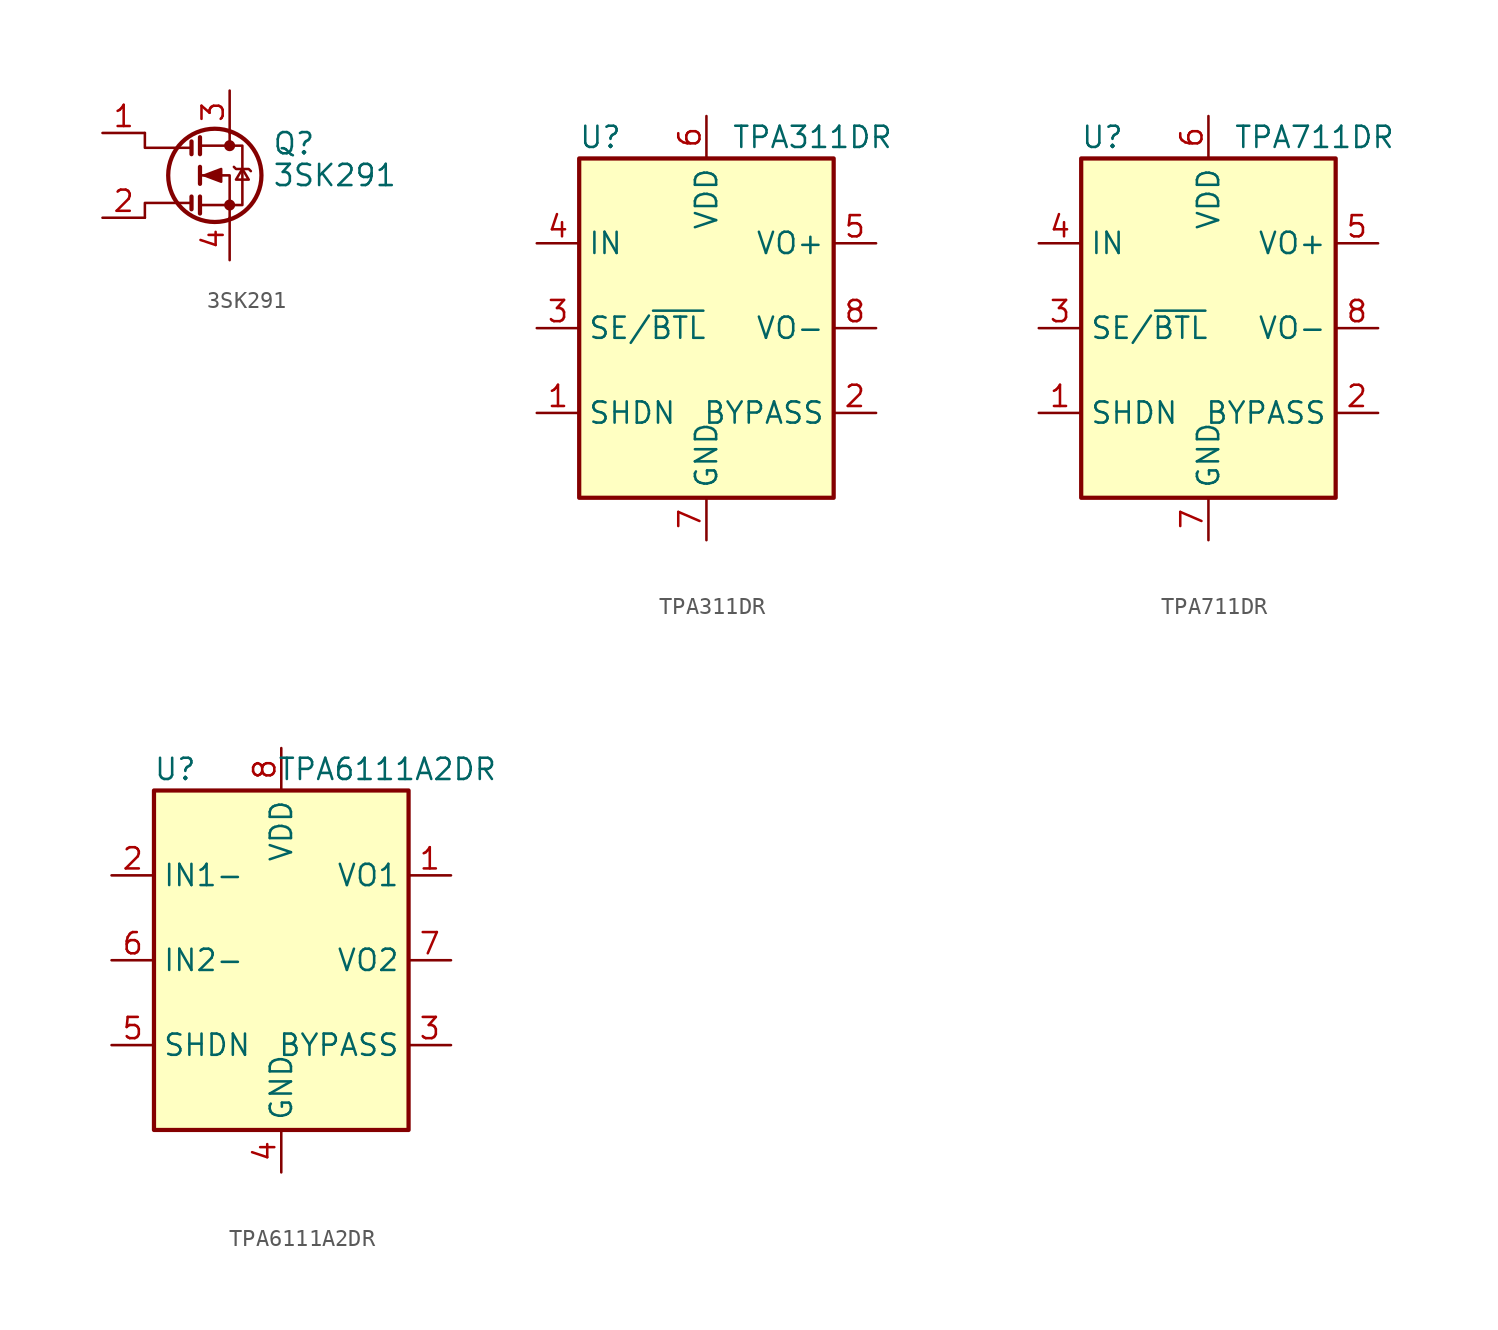
<source format=kicad_sym>
(kicad_symbol_lib
  (version 20220914)
  (generator kicad_symbol_editor)
  (symbol "3SK291"
    (pin_names hide)
    (property "Reference" "Q"
      (at 5.08 1.905 0)
      (effects (font (size 1.27 1.27)) (justify left)))
    (property "Value" "3SK291"
      (at 5.08 0 0)
      (effects (font (size 1.27 1.27)) (justify left)))
    (symbol "3SK291_0_1"
      (polyline (pts (xy 0.254 -2.032) (xy 0.254 -1.27)) (stroke (width 0.254) (type default)) (fill (type none)))
      (polyline (pts (xy 0.254 2.032) (xy 0.254 1.27)) (stroke (width 0.254) (type default)) (fill (type none)))
      (polyline (pts (xy 0.762 -1.27) (xy 0.762 -2.286)) (stroke (width 0.254) (type default)) (fill (type none)))
      (polyline (pts (xy 0.762 0.508) (xy 0.762 -0.508)) (stroke (width 0.254) (type default)) (fill (type none)))
      (polyline (pts (xy 0.762 2.286) (xy 0.762 1.27)) (stroke (width 0.254) (type default)) (fill (type none)))
      (polyline (pts (xy 2.54 2.54) (xy 2.54 1.778)) (stroke (width 0) (type default)) (fill (type none)))
      (polyline (pts (xy 0.254 -1.651) (xy -2.54 -1.651) (xy -2.54 -2.54)) (stroke (width 0) (type default)) (fill (type none)))
      (polyline (pts (xy 0.254 1.651) (xy -2.54 1.651) (xy -2.54 2.54)) (stroke (width 0) (type default)) (fill (type none)))
      (polyline (pts (xy 2.54 -2.54) (xy 2.54 0) (xy 0.762 0)) (stroke (width 0) (type default)) (fill (type none)))
      (polyline (pts (xy 0.762 -1.778) (xy 3.302 -1.778) (xy 3.302 1.778) (xy 0.762 1.778)) (stroke (width 0) (type default)) (fill (type none)))
      (polyline (pts (xy 1.016 0) (xy 2.032 0.381) (xy 2.032 -0.381) (xy 1.016 0)) (stroke (width 0) (type default)) (fill (type outline)))
      (polyline (pts (xy 2.794 0.508) (xy 2.921 0.381) (xy 3.683 0.381) (xy 3.81 0.254)) (stroke (width 0) (type default)) (fill (type none)))
      (polyline (pts (xy 3.302 0.381) (xy 2.921 -0.254) (xy 3.683 -0.254) (xy 3.302 0.381)) (stroke (width 0) (type default)) (fill (type none)))
      (circle (center 1.651 0) (radius 2.794) (stroke (width 0.254) (type default)) (fill (type none)))
      (circle (center 2.54 -1.778) (radius 0.254) (stroke (width 0) (type default)) (fill (type outline)))
      (circle (center 2.54 1.778) (radius 0.254) (stroke (width 0) (type default)) (fill (type outline))))
    (symbol "3SK291_1_1"
      (pin passive line (at -5.08 2.54 0) (length 2.54) (name "G1" (effects (font (size 1.27 1.27)))) (number "1" (effects (font (size 1.27 1.27)))))
      (pin passive line (at -5.08 -2.54 0) (length 2.54) (name "G2" (effects (font (size 1.27 1.27)))) (number "2" (effects (font (size 1.27 1.27)))))
      (pin passive line (at 2.54 5.08 270) (length 2.54) (name "D" (effects (font (size 1.27 1.27)))) (number "3" (effects (font (size 1.27 1.27)))))
      (pin passive line (at 2.54 -5.08 90) (length 2.54) (name "S" (effects (font (size 1.27 1.27)))) (number "4" (effects (font (size 1.27 1.27)))))))
  (symbol "TPA311DR"
    (property "Reference" "U"
      (at -6.35 11.43 0)
      (effects (font (size 1.27 1.27))))
    (property "Value" "TPA311DR"
      (at 6.35 11.43 0)
      (effects (font (size 1.27 1.27))))
    (symbol "TPA311DR_0_1"
      (rectangle (start -7.62 10.16) (end 7.62 -10.16) (stroke (width 0.254) (type default)) (fill (type background))))
    (symbol "TPA311DR_1_1"
      (pin input line (at -10.16 -5.08 0) (length 2.54) (name "SHDN" (effects (font (size 1.27 1.27)))) (number "1" (effects (font (size 1.27 1.27)))))
      (pin passive line (at 10.16 -5.08 180) (length 2.54) (name "BYPASS" (effects (font (size 1.27 1.27)))) (number "2" (effects (font (size 1.27 1.27)))))
      (pin input line (at -10.16 0 0) (length 2.54) (name "SE/~{BTL}" (effects (font (size 1.27 1.27)))) (number "3" (effects (font (size 1.27 1.27)))))
      (pin input line (at -10.16 5.08 0) (length 2.54) (name "IN" (effects (font (size 1.27 1.27)))) (number "4" (effects (font (size 1.27 1.27)))))
      (pin output line (at 10.16 5.08 180) (length 2.54) (name "VO+" (effects (font (size 1.27 1.27)))) (number "5" (effects (font (size 1.27 1.27)))))
      (pin power_in line (at 0 12.7 270) (length 2.54) (name "VDD" (effects (font (size 1.27 1.27)))) (number "6" (effects (font (size 1.27 1.27)))))
      (pin passive line (at 0 -12.7 90) (length 2.54) hide (name "GND" (effects (font (size 1.27 1.27)))) (number "7" (effects (font (size 1.27 1.27)))))
      (pin power_in line (at 0 -12.7 90) (length 2.54) (name "GND" (effects (font (size 1.27 1.27)))) (number "7" (effects (font (size 1.27 1.27)))))
      (pin output line (at 10.16 0 180) (length 2.54) (name "VO-" (effects (font (size 1.27 1.27)))) (number "8" (effects (font (size 1.27 1.27)))))))
  (symbol "TPA711DR"
    (property "Reference" "U"
      (at -6.35 11.43 0)
      (effects (font (size 1.27 1.27))))
    (property "Value" "TPA711DR"
      (at 6.35 11.43 0)
      (effects (font (size 1.27 1.27))))
    (symbol "TPA711DR_0_1"
      (rectangle (start -7.62 10.16) (end 7.62 -10.16) (stroke (width 0.254) (type default)) (fill (type background))))
    (symbol "TPA711DR_1_1"
      (pin input line (at -10.16 -5.08 0) (length 2.54) (name "SHDN" (effects (font (size 1.27 1.27)))) (number "1" (effects (font (size 1.27 1.27)))))
      (pin passive line (at 10.16 -5.08 180) (length 2.54) (name "BYPASS" (effects (font (size 1.27 1.27)))) (number "2" (effects (font (size 1.27 1.27)))))
      (pin input line (at -10.16 0 0) (length 2.54) (name "SE/~{BTL}" (effects (font (size 1.27 1.27)))) (number "3" (effects (font (size 1.27 1.27)))))
      (pin input line (at -10.16 5.08 0) (length 2.54) (name "IN" (effects (font (size 1.27 1.27)))) (number "4" (effects (font (size 1.27 1.27)))))
      (pin output line (at 10.16 5.08 180) (length 2.54) (name "VO+" (effects (font (size 1.27 1.27)))) (number "5" (effects (font (size 1.27 1.27)))))
      (pin power_in line (at 0 12.7 270) (length 2.54) (name "VDD" (effects (font (size 1.27 1.27)))) (number "6" (effects (font (size 1.27 1.27)))))
      (pin passive line (at 0 -12.7 90) (length 2.54) hide (name "GND" (effects (font (size 1.27 1.27)))) (number "7" (effects (font (size 1.27 1.27)))))
      (pin power_in line (at 0 -12.7 90) (length 2.54) (name "GND" (effects (font (size 1.27 1.27)))) (number "7" (effects (font (size 1.27 1.27)))))
      (pin output line (at 10.16 0 180) (length 2.54) (name "VO-" (effects (font (size 1.27 1.27)))) (number "8" (effects (font (size 1.27 1.27)))))))
  (symbol "TPA6111A2DR"
    (property "Reference" "U"
      (at -6.35 11.43 0)
      (effects (font (size 1.27 1.27))))
    (property "Value" "TPA6111A2DR"
      (at 6.35 11.43 0)
      (effects (font (size 1.27 1.27))))
    (symbol "TPA6111A2DR_0_1"
      (rectangle (start -7.62 10.16) (end 7.62 -10.16) (stroke (width 0.254) (type default)) (fill (type background))))
    (symbol "TPA6111A2DR_1_1"
      (pin output line (at 10.16 5.08 180) (length 2.54) (name "VO1" (effects (font (size 1.27 1.27)))) (number "1" (effects (font (size 1.27 1.27)))))
      (pin input line (at -10.16 5.08 0) (length 2.54) (name "IN1-" (effects (font (size 1.27 1.27)))) (number "2" (effects (font (size 1.27 1.27)))))
      (pin passive line (at 10.16 -5.08 180) (length 2.54) (name "BYPASS" (effects (font (size 1.27 1.27)))) (number "3" (effects (font (size 1.27 1.27)))))
      (pin passive line (at 0 -12.7 90) (length 2.54) hide (name "GND" (effects (font (size 1.27 1.27)))) (number "4" (effects (font (size 1.27 1.27)))))
      (pin power_in line (at 0 -12.7 90) (length 2.54) (name "GND" (effects (font (size 1.27 1.27)))) (number "4" (effects (font (size 1.27 1.27)))))
      (pin input line (at -10.16 -5.08 0) (length 2.54) (name "SHDN" (effects (font (size 1.27 1.27)))) (number "5" (effects (font (size 1.27 1.27)))))
      (pin input line (at -10.16 0 0) (length 2.54) (name "IN2-" (effects (font (size 1.27 1.27)))) (number "6" (effects (font (size 1.27 1.27)))))
      (pin output line (at 10.16 0 180) (length 2.54) (name "VO2" (effects (font (size 1.27 1.27)))) (number "7" (effects (font (size 1.27 1.27)))))
      (pin power_in line (at 0 12.7 270) (length 2.54) (name "VDD" (effects (font (size 1.27 1.27)))) (number "8" (effects (font (size 1.27 1.27))))))))
</source>
